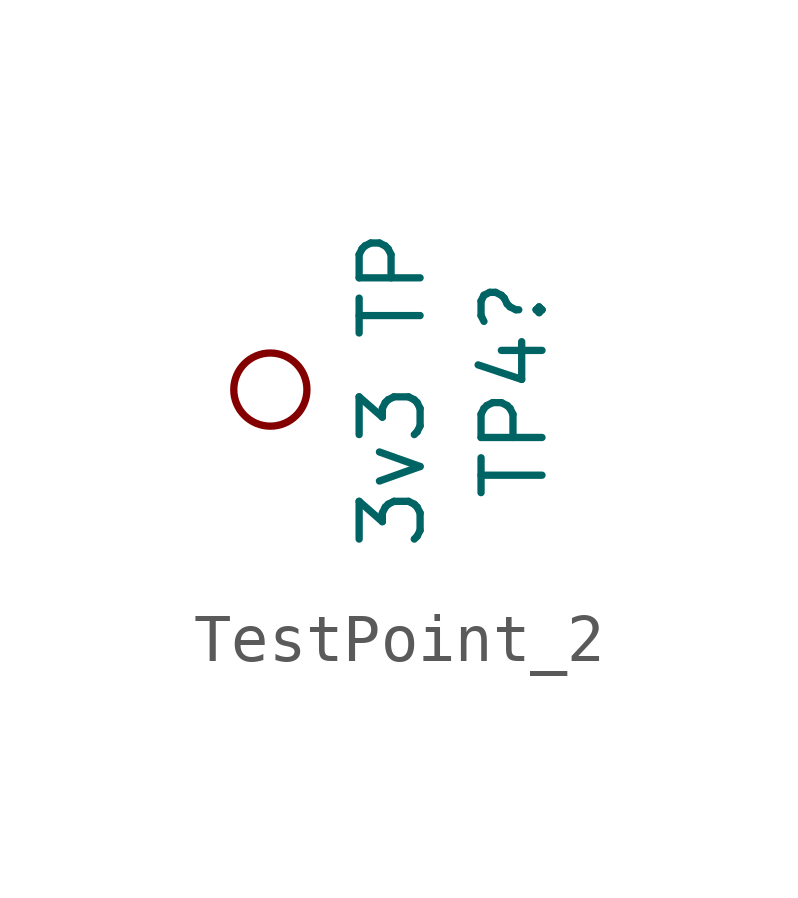
<source format=kicad_sym>
(kicad_symbol_lib
  (version 20220914)
  (generator kicad_symbol_editor)
  (symbol "TestPoint_2"
    (pin_numbers hide)
    (pin_names
      (offset 0.762) hide)
    (property "Reference" "TP4"
      (at 5.08 3.302 90)
      (effects (font (size 1.27 1.27))))
    (property "Value" "3v3 TP"
      (at 2.54 3.302 90)
      (effects (font (size 1.27 1.27))))
    (property "LCSC" ""
      (at 0 0 0)
      (effects (font (size 1.27 1.27))))
    (symbol "TestPoint_2_0_1"
      (circle (center 0 3.302) (radius 0.762) (stroke (width 0) (type default)) (fill (type none))))
    (symbol "TestPoint_2_1_1"
      (pin passive line (at 0 0 90) (length 2.54) hide (name "1" (effects (font (size 1.27 1.27)))) (number "P$1" (effects (font (size 1.27 1.27))))))))
</source>
